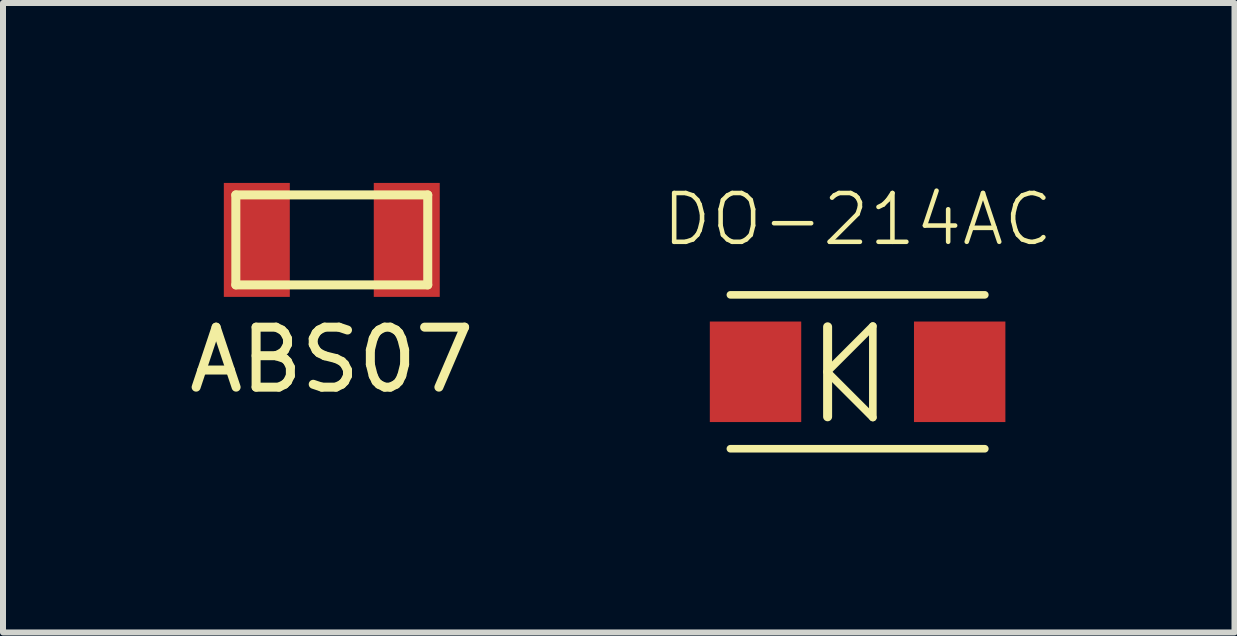
<source format=kicad_pcb>
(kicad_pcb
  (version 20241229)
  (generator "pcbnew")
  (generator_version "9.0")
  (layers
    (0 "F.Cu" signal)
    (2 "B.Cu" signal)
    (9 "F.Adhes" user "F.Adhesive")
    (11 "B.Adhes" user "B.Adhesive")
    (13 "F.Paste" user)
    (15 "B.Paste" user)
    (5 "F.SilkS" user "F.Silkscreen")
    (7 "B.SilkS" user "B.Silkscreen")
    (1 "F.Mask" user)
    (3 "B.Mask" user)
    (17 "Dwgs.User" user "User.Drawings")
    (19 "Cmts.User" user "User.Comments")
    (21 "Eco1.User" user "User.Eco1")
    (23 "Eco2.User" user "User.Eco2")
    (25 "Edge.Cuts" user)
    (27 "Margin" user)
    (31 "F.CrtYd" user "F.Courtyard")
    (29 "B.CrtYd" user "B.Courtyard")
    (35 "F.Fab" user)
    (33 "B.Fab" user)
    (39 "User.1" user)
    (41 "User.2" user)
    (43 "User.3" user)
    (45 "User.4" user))
  (footprint "DO-214AC"
    (layer "F.Cu")
    (at 11.249 3.149)
    (property "Reference" "DO-214AC" (at 0 -2.54 0) (layer "F.SilkS") (effects (font (size 0.813 0.813) (thickness 0.076))))
    (attr through_hole)
    (fp_line (start -2.121 -1.283) (end 2.121 -1.283) (stroke (width 0.127) (type solid)) (layer "F.SilkS"))
    (fp_line (start -0.508 0) (end 0.254 -0.762) (stroke (width 0.127) (type solid)) (layer "F.SilkS"))
    (fp_line (start -0.5 -0.75) (end -0.5 0.75) (stroke (width 0.15) (type solid)) (layer "F.SilkS"))
    (fp_line (start 0.254 -0.762) (end 0.254 0.762) (stroke (width 0.127) (type solid)) (layer "F.SilkS"))
    (fp_line (start 0.254 0.762) (end -0.508 0) (stroke (width 0.127) (type solid)) (layer "F.SilkS"))
    (fp_line (start 2.121 1.283) (end -2.121 1.283) (stroke (width 0.127) (type solid)) (layer "F.SilkS"))
    (pad "1" smd rect (at -1.702 0) (size 1.524 1.676) (layers "F.Cu" "F.Mask" "F.Paste"))
    (pad "2" smd rect (at 1.702 0) (size 1.524 1.676) (layers "F.Cu" "F.Mask" "F.Paste")))
  (footprint "ABS07"
    (layer "F.Cu")
    (at 2.482 0.95)
    (property "Reference" "ABS07" (at 0 2 0) (layer "F.SilkS") (effects (font (size 1 1) (thickness 0.15))))
    (attr through_hole)
    (fp_line (start -1.6 -0.75) (end 1.6 -0.75) (stroke (width 0.15) (type solid)) (layer "F.SilkS"))
    (fp_line (start -1.6 0.75) (end -1.6 -0.75) (stroke (width 0.15) (type solid)) (layer "F.SilkS"))
    (fp_line (start 1.6 -0.75) (end 1.6 0.75) (stroke (width 0.15) (type solid)) (layer "F.SilkS"))
    (fp_line (start 1.6 0.75) (end -1.6 0.75) (stroke (width 0.15) (type solid)) (layer "F.SilkS"))
    (pad "1" smd rect (at -1.25 0) (size 1.1 1.9) (layers "F.Cu" "F.Mask" "F.Paste"))
    (pad "2" smd rect (at 1.25 0) (size 1.1 1.9) (layers "F.Cu" "F.Mask" "F.Paste")))
  (gr_rect
    (start -3 -3)
    (end 17.533 7.495)
    (stroke (width 0.1) (type default))
    (fill no)
    (layer "Edge.Cuts")))
</source>
